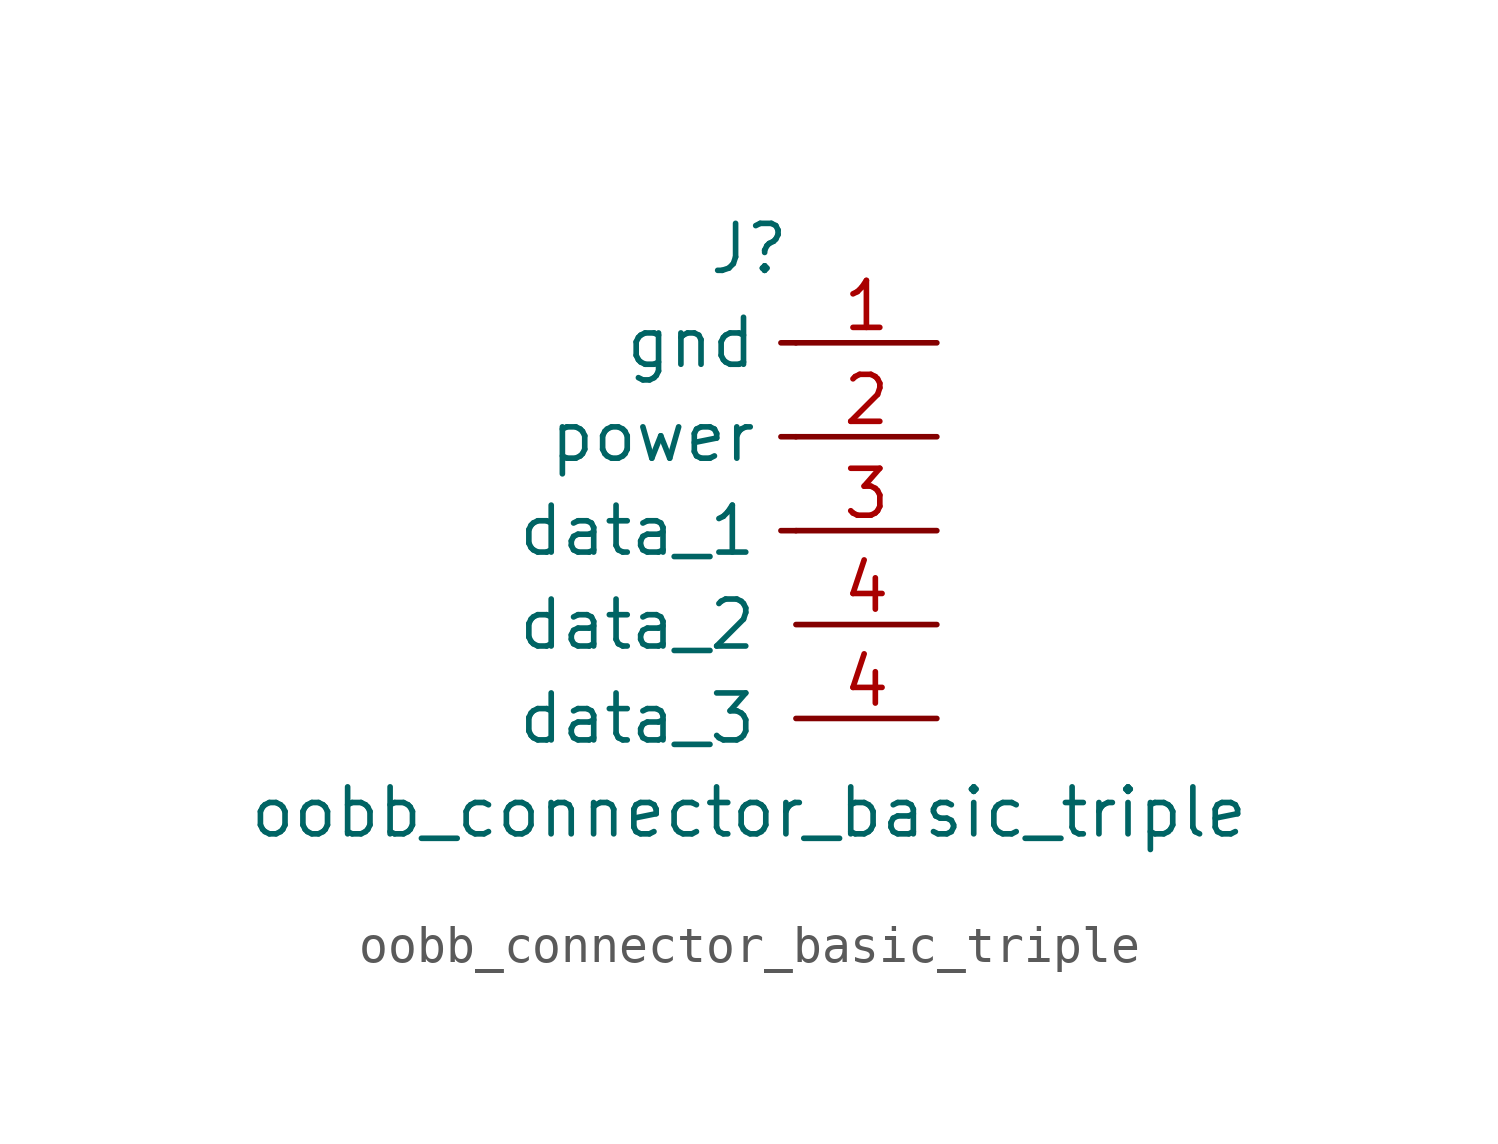
<source format=kicad_sym>
(kicad_symbol_lib
  (version 20220914)
  (generator kicad_symbol_editor)
  (symbol "oobb_connector_basic_triple"
    (pin_names
      (offset 1.016))
    (property "Reference" "J"
      (at 0 5.08 0)
      (effects (font (size 1.27 1.27))))
    (property "Value" "oobb_connector_basic_triple"
      (at 0 -10.16 0)
      (effects (font (size 1.27 1.27))))
    (symbol "oobb_connector_basic_triple_1_1"
      (polyline (pts (xy 1.27 -2.54) (xy 0.864 -2.54)) (stroke (width 0.152) (type default)) (fill (type none)))
      (polyline (pts (xy 1.27 0) (xy 0.864 0)) (stroke (width 0.152) (type default)) (fill (type none)))
      (polyline (pts (xy 1.27 2.54) (xy 0.864 2.54)) (stroke (width 0.152) (type default)) (fill (type none)))
      (pin passive line (at 5.08 2.54 180) (length 3.81) (name "gnd" (effects (font (size 1.27 1.27)))) (number "1" (effects (font (size 1.27 1.27)))))
      (pin passive line (at 5.08 0 180) (length 3.81) (name "power" (effects (font (size 1.27 1.27)))) (number "2" (effects (font (size 1.27 1.27)))))
      (pin passive line (at 5.08 -2.54 180) (length 3.81) (name "data_1" (effects (font (size 1.27 1.27)))) (number "3" (effects (font (size 1.27 1.27)))))
      (pin passive line (at 5.08 -5.08 180) (length 3.81) (name "data_2" (effects (font (size 1.27 1.27)))) (number "4" (effects (font (size 1.27 1.27)))))
      (pin passive line (at 5.08 -7.62 180) (length 3.81) (name "data_3" (effects (font (size 1.27 1.27)))) (number "4" (effects (font (size 1.27 1.27))))))))
</source>
